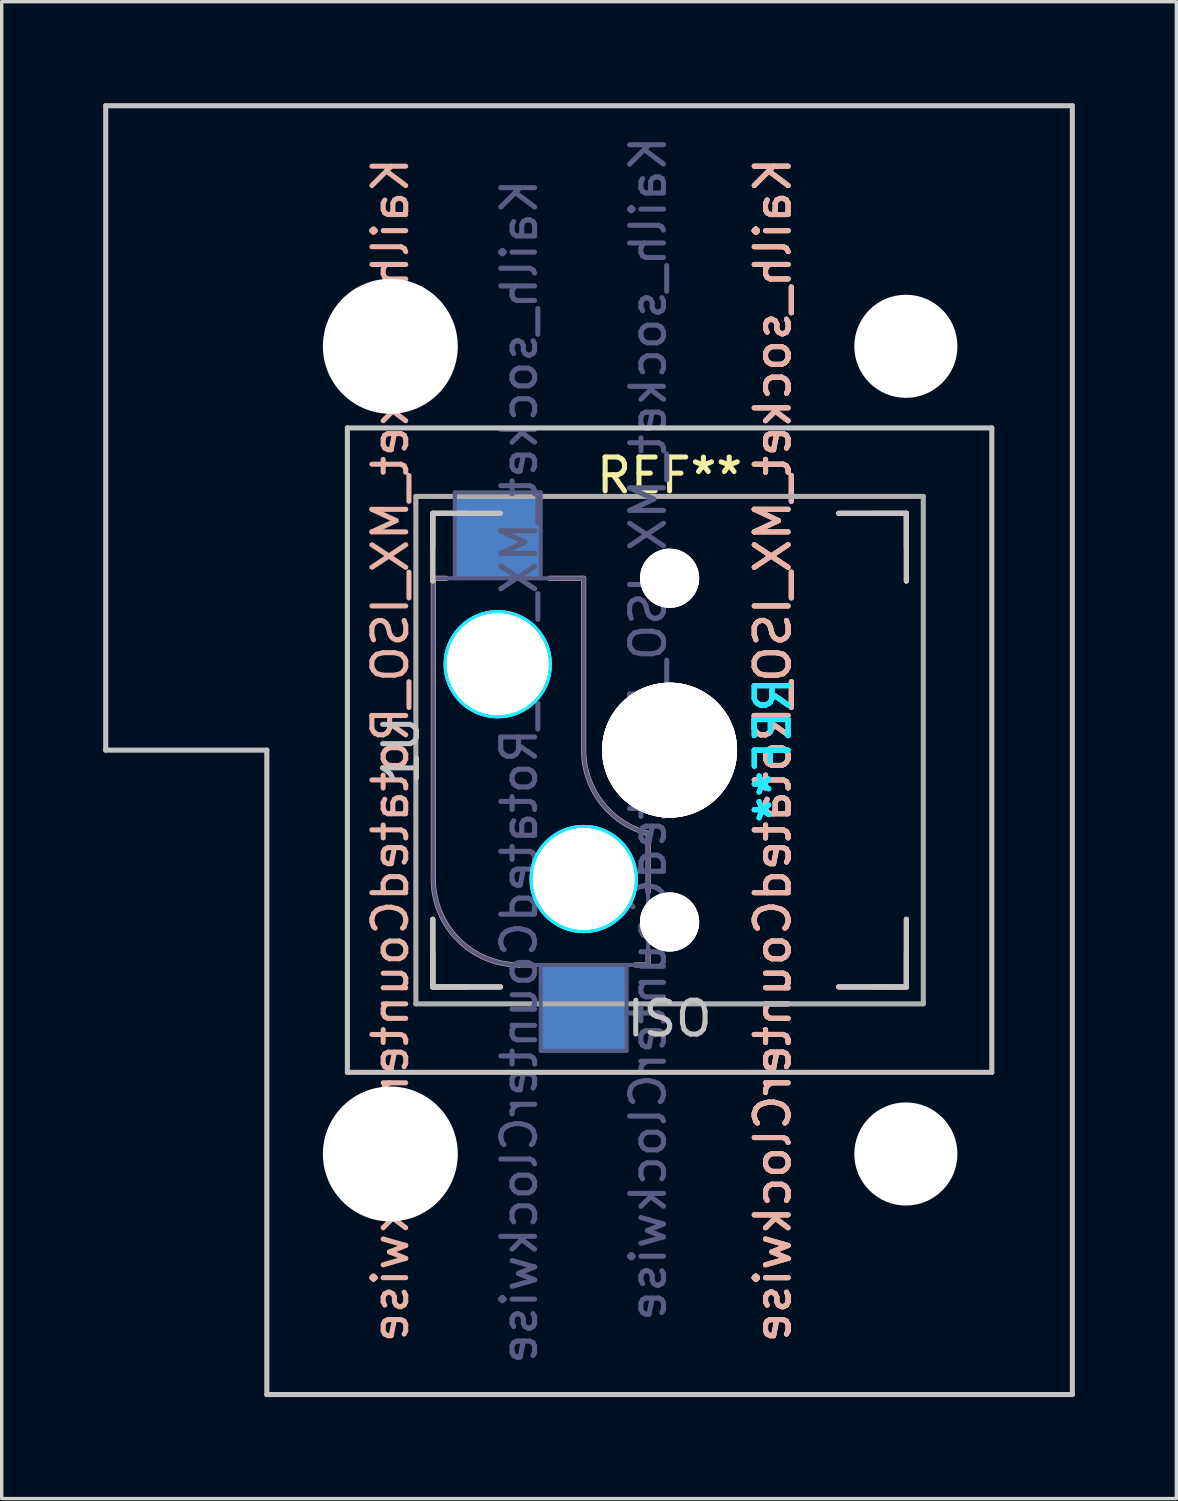
<source format=kicad_pcb>
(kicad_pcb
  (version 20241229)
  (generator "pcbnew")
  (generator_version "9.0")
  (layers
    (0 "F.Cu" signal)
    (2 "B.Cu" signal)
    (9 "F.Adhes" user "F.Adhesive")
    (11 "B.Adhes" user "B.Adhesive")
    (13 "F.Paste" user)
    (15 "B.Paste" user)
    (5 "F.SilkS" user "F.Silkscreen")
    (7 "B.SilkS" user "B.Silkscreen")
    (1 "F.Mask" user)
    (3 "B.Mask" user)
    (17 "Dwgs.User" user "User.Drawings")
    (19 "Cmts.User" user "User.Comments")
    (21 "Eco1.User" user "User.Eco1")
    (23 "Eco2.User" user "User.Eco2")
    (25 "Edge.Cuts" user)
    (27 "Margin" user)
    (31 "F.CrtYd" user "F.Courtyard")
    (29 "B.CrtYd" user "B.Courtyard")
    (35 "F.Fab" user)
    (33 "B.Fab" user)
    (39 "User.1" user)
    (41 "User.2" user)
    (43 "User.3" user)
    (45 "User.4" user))
  (footprint "Kailh_socket_MX_ISO_RotatedCounterClockwise"
    (layer "F.Cu")
    (at 16.744 19.125)
    (property "Reference" "Kailh_socket_MX_ISO_RotatedCounterClockwise" (at -8.255 0 90) (layer "B.SilkS") (effects (font (size 1 1) (thickness 0.15)) (justify mirror)))
    (property "Value" "Kailh_socket_MX_ISO_RotatedCounterClockwise" (at -8.255 0 270) (layer "F.Fab") (hide yes) (effects (font (size 1 1) (thickness 0.15))))
    (attr smd)
    (fp_line (start -7 -7) (end -7 -6) (stroke (width 0.15) (type solid)) (layer "F.SilkS"))
    (fp_line (start -7 -7) (end -6 -7) (stroke (width 0.15) (type solid)) (layer "F.SilkS"))
    (fp_line (start -7 6) (end -7 7) (stroke (width 0.15) (type solid)) (layer "F.SilkS"))
    (fp_line (start -6 7) (end -7 7) (stroke (width 0.15) (type solid)) (layer "F.SilkS"))
    (fp_line (start 6 -7) (end 7 -7) (stroke (width 0.15) (type solid)) (layer "F.SilkS"))
    (fp_line (start 7 -6) (end 7 -7) (stroke (width 0.15) (type solid)) (layer "F.SilkS"))
    (fp_line (start 7 7) (end 6 7) (stroke (width 0.15) (type solid)) (layer "F.SilkS"))
    (fp_line (start 7 7) (end 7 6) (stroke (width 0.15) (type solid)) (layer "F.SilkS"))
    (fp_line (start -6.985 -5.08) (end -6.604 -5.08) (stroke (width 0.15) (type solid)) (layer "B.SilkS"))
    (fp_line (start -6.985 3.81) (end -6.985 -5.08) (stroke (width 0.15) (type solid)) (layer "B.SilkS"))
    (fp_line (start -4.445 6.35) (end -4.064 6.35) (stroke (width 0.15) (type solid)) (layer "B.SilkS"))
    (fp_line (start -3.556 -5.08) (end -2.54 -5.08) (stroke (width 0.15) (type solid)) (layer "B.SilkS"))
    (fp_line (start -2.54 -5.08) (end -2.54 0) (stroke (width 0.15) (type solid)) (layer "B.SilkS"))
    (fp_line (start -1.016 6.35) (end -0.635 6.35) (stroke (width 0.15) (type solid)) (layer "B.SilkS"))
    (fp_line (start -0.635 2.464) (end -0.635 4.191) (stroke (width 0.15) (type solid)) (layer "B.SilkS"))
    (fp_line (start -0.635 5.969) (end -0.635 6.35) (stroke (width 0.15) (type solid)) (layer "B.SilkS"))
    (fp_arc (start -4.445 6.35) (mid -6.241051 5.606051) (end -6.985 3.81) (stroke (width 0.15) (type solid)) (layer "B.SilkS"))
    (fp_arc (start -0.61604 2.464162) (mid -2.002042 1.563147) (end -2.54 0) (stroke (width 0.15) (type solid)) (layer "B.SilkS"))
    (fp_line (start -16.669 -19.05) (end -16.669 0) (stroke (width 0.15) (type solid)) (layer "Dwgs.User"))
    (fp_line (start -16.669 -19.05) (end 11.906 -19.05) (stroke (width 0.15) (type solid)) (layer "Dwgs.User"))
    (fp_line (start -11.906 0) (end -16.669 0) (stroke (width 0.15) (type solid)) (layer "Dwgs.User"))
    (fp_line (start -11.906 19.05) (end -11.906 0) (stroke (width 0.15) (type solid)) (layer "Dwgs.User"))
    (fp_line (start -11.906 19.05) (end 11.906 19.05) (stroke (width 0.15) (type solid)) (layer "Dwgs.User"))
    (fp_line (start -9.525 -9.525) (end 9.525 -9.525) (stroke (width 0.15) (type solid)) (layer "Dwgs.User"))
    (fp_line (start -9.525 9.525) (end -9.525 -9.525) (stroke (width 0.15) (type solid)) (layer "Dwgs.User"))
    (fp_line (start -7 -7) (end -5 -7) (stroke (width 0.15) (type solid)) (layer "Dwgs.User"))
    (fp_line (start -7 -7) (end -5 -7) (stroke (width 0.15) (type solid)) (layer "Dwgs.User"))
    (fp_line (start -7 -5) (end -7 -7) (stroke (width 0.15) (type solid)) (layer "Dwgs.User"))
    (fp_line (start -7 -5) (end -7 -7) (stroke (width 0.15) (type solid)) (layer "Dwgs.User"))
    (fp_line (start -7 5) (end -7 7) (stroke (width 0.15) (type solid)) (layer "Dwgs.User"))
    (fp_line (start -7 5) (end -7 7) (stroke (width 0.15) (type solid)) (layer "Dwgs.User"))
    (fp_line (start -7 5) (end -7 7) (stroke (width 0.15) (type solid)) (layer "Dwgs.User"))
    (fp_line (start -7 7) (end -5 7) (stroke (width 0.15) (type solid)) (layer "Dwgs.User"))
    (fp_line (start -7 7) (end -5 7) (stroke (width 0.15) (type solid)) (layer "Dwgs.User"))
    (fp_line (start -7 7) (end -5 7) (stroke (width 0.15) (type solid)) (layer "Dwgs.User"))
    (fp_line (start 5 7) (end 7 7) (stroke (width 0.15) (type solid)) (layer "Dwgs.User"))
    (fp_line (start 5 7) (end 7 7) (stroke (width 0.15) (type solid)) (layer "Dwgs.User"))
    (fp_line (start 5 7) (end 7 7) (stroke (width 0.15) (type solid)) (layer "Dwgs.User"))
    (fp_line (start 7 -7) (end 5 -7) (stroke (width 0.15) (type solid)) (layer "Dwgs.User"))
    (fp_line (start 7 -7) (end 5 -7) (stroke (width 0.15) (type solid)) (layer "Dwgs.User"))
    (fp_line (start 7 -7) (end 5 -7) (stroke (width 0.15) (type solid)) (layer "Dwgs.User"))
    (fp_line (start 7 -5) (end 7 -7) (stroke (width 0.15) (type solid)) (layer "Dwgs.User"))
    (fp_line (start 7 -5) (end 7 -7) (stroke (width 0.15) (type solid)) (layer "Dwgs.User"))
    (fp_line (start 7 -5) (end 7 -7) (stroke (width 0.15) (type solid)) (layer "Dwgs.User"))
    (fp_line (start 7 7) (end 7 5) (stroke (width 0.15) (type solid)) (layer "Dwgs.User"))
    (fp_line (start 7 7) (end 7 5) (stroke (width 0.15) (type solid)) (layer "Dwgs.User"))
    (fp_line (start 7 7) (end 7 5) (stroke (width 0.15) (type solid)) (layer "Dwgs.User"))
    (fp_line (start 9.525 -9.525) (end 9.525 9.525) (stroke (width 0.15) (type solid)) (layer "Dwgs.User"))
    (fp_line (start 9.525 9.525) (end -9.525 9.525) (stroke (width 0.15) (type solid)) (layer "Dwgs.User"))
    (fp_line (start 11.906 -19.05) (end 11.906 19.05) (stroke (width 0.15) (type solid)) (layer "Dwgs.User"))
    (fp_line (start -6.9 -6.9) (end -6.9 6.9) (stroke (width 0.15) (type solid)) (layer "Eco2.User"))
    (fp_line (start -6.9 -6.9) (end 6.9 -6.9) (stroke (width 0.15) (type solid)) (layer "Eco2.User"))
    (fp_line (start 6.9 6.9) (end -6.9 6.9) (stroke (width 0.15) (type solid)) (layer "Eco2.User"))
    (fp_line (start 6.9 6.9) (end 6.9 -6.9) (stroke (width 0.15) (type solid)) (layer "Eco2.User"))
    (fp_circle (center -5.08 -2.54) (end -6.604 -2.54) (stroke (width 0.15) (type solid)) (fill no) (layer "B.CrtYd"))
    (fp_circle (center -5.08 -2.54) (end -6.604 -2.54) (stroke (width 0.15) (type solid)) (fill no) (layer "B.CrtYd"))
    (fp_circle (center -5.08 -2.54) (end -6.604 -2.54) (stroke (width 0.15) (type solid)) (fill no) (layer "B.CrtYd"))
    (fp_circle (center -2.54 3.81) (end -4.064 3.81) (stroke (width 0.15) (type solid)) (fill no) (layer "B.CrtYd"))
    (fp_circle (center -2.54 3.81) (end -4.064 3.81) (stroke (width 0.15) (type solid)) (fill no) (layer "B.CrtYd"))
    (fp_circle (center -2.54 3.81) (end -4.064 3.81) (stroke (width 0.15) (type solid)) (fill no) (layer "B.CrtYd"))
    (fp_line (start -6.985 -5.08) (end -2.54 -5.08) (stroke (width 0.12) (type solid)) (layer "B.Fab"))
    (fp_line (start -6.985 3.81) (end -6.985 -5.08) (stroke (width 0.12) (type solid)) (layer "B.Fab"))
    (fp_line (start -6.35 -7.62) (end -3.81 -7.62) (stroke (width 0.12) (type solid)) (layer "B.Fab"))
    (fp_line (start -6.35 -5.08) (end -6.35 -7.62) (stroke (width 0.12) (type solid)) (layer "B.Fab"))
    (fp_line (start -3.81 -7.62) (end -3.81 -5.08) (stroke (width 0.12) (type solid)) (layer "B.Fab"))
    (fp_line (start -3.81 8.89) (end -3.81 6.35) (stroke (width 0.12) (type solid)) (layer "B.Fab"))
    (fp_line (start -2.54 -5.08) (end -2.54 0) (stroke (width 0.12) (type solid)) (layer "B.Fab"))
    (fp_line (start -1.27 6.35) (end -1.27 8.89) (stroke (width 0.12) (type solid)) (layer "B.Fab"))
    (fp_line (start -1.27 8.89) (end -3.81 8.89) (stroke (width 0.12) (type solid)) (layer "B.Fab"))
    (fp_line (start -0.635 6.35) (end -4.445 6.35) (stroke (width 0.12) (type solid)) (layer "B.Fab"))
    (fp_line (start -0.635 6.35) (end -0.635 2.54) (stroke (width 0.12) (type solid)) (layer "B.Fab"))
    (fp_arc (start -4.445 6.35) (mid -6.241051 5.606051) (end -6.985 3.81) (stroke (width 0.12) (type solid)) (layer "B.Fab"))
    (fp_arc (start -0.61604 2.464162) (mid -2.002042 1.563147) (end -2.54 0) (stroke (width 0.12) (type solid)) (layer "B.Fab"))
    (fp_line (start -7.5 -7.5) (end 7.5 -7.5) (stroke (width 0.15) (type solid)) (layer "F.Fab"))
    (fp_line (start -7.5 7.5) (end -7.5 -7.5) (stroke (width 0.15) (type solid)) (layer "F.Fab"))
    (fp_line (start 7.5 -7.5) (end 7.5 7.5) (stroke (width 0.15) (type solid)) (layer "F.Fab"))
    (fp_line (start 7.5 7.5) (end -7.5 7.5) (stroke (width 0.15) (type solid)) (layer "F.Fab"))
    (fp_text user "REF**" (at 0 -8.12 180) (layer "F.SilkS") (effects (font (size 1 1) (thickness 0.15))))
    (fp_text user "${REFERENCE}" (at 3.048 0 90) (layer "B.SilkS") (effects (font (size 1 1) (thickness 0.15)) (justify mirror)))
    (fp_text user "${REFERENCE}" (at 3.048 0 90) (layer "B.SilkS") (effects (font (size 1 1) (thickness 0.15)) (justify mirror)))
    (fp_text user "${REFERENCE}" (at 3.048 0 90) (layer "B.SilkS") (effects (font (size 1 1) (thickness 0.15)) (justify mirror)))
    (fp_text user "ISO" (at 0 7.938 180) (layer "Dwgs.User") (effects (font (size 1 1) (thickness 0.15))))
    (fp_text user "1U" (at -7.938 0 90) (layer "Dwgs.User") (effects (font (size 1 1) (thickness 0.15))))
    (fp_text user "REF**" (at 3.048 0 90) (layer "B.CrtYd") (effects (font (size 1 1) (thickness 0.15)) (justify mirror)))
    (fp_text user "REF**" (at 3.048 0 90) (layer "B.CrtYd") (effects (font (size 1 1) (thickness 0.15)) (justify mirror)))
    (fp_text user "REF**" (at 3.048 0 90) (layer "B.CrtYd") (effects (font (size 1 1) (thickness 0.15)) (justify mirror)))
    (fp_text user "${VALUE}" (at -0.635 -0.635 270) (layer "B.Fab") (effects (font (size 1 1) (thickness 0.15)) (justify mirror)))
    (fp_text user "${REFERENCE}" (at -4.445 0.635 90) (layer "B.Fab") (effects (font (size 1 1) (thickness 0.15)) (justify mirror)))
    (pad "" np_thru_hole circle (at -8.255 -11.938) (size 3.988 3.988) (drill 3.988) (layers "*.Cu" "*.Mask"))
    (pad "" np_thru_hole circle (at -8.255 11.938) (size 3.988 3.988) (drill 3.988) (layers "*.Cu" "*.Mask"))
    (pad "" np_thru_hole circle (at -5.08 -2.54 90) (size 3 3) (drill 3) (layers "*.Cu" "*.Mask"))
    (pad "" np_thru_hole circle (at -5.08 -2.54 90) (size 3 3) (drill 3) (layers "*.Cu" "*.Mask"))
    (pad "" np_thru_hole circle (at -5.08 -2.54 90) (size 3 3) (drill 3) (layers "*.Cu" "*.Mask"))
    (pad "" np_thru_hole circle (at -2.54 3.81 90) (size 3 3) (drill 3) (layers "*.Cu" "*.Mask"))
    (pad "" np_thru_hole circle (at -2.54 3.81 90) (size 3 3) (drill 3) (layers "*.Cu" "*.Mask"))
    (pad "" np_thru_hole circle (at -2.54 3.81 90) (size 3 3) (drill 3) (layers "*.Cu" "*.Mask"))
    (pad "" np_thru_hole circle (at 0 -5.08 90) (size 1.702 1.702) (drill 1.702) (layers "*.Cu" "*.Mask"))
    (pad "" np_thru_hole circle (at 0 -5.08 138.1) (size 1.75 1.75) (drill 1.75) (layers "*.Cu" "*.Mask"))
    (pad "" np_thru_hole circle (at 0 -5.08 138.1) (size 1.75 1.75) (drill 1.75) (layers "*.Cu" "*.Mask"))
    (pad "" np_thru_hole circle (at 0 0 90) (size 3.988 3.988) (drill 3.988) (layers "*.Cu" "*.Mask"))
    (pad "" np_thru_hole circle (at 0 0 90) (size 3.988 3.988) (drill 3.988) (layers "*.Cu" "*.Mask"))
    (pad "" np_thru_hole circle (at 0 0 90) (size 3.988 3.988) (drill 3.988) (layers "*.Cu" "*.Mask"))
    (pad "" np_thru_hole circle (at 0 0 90) (size 3.988 3.988) (drill 3.988) (layers "*.Cu" "*.Mask"))
    (pad "" np_thru_hole circle (at 0 5.08 90) (size 1.702 1.702) (drill 1.702) (layers "*.Cu" "*.Mask"))
    (pad "" np_thru_hole circle (at 0 5.08 138.1) (size 1.75 1.75) (drill 1.75) (layers "*.Cu" "*.Mask"))
    (pad "" np_thru_hole circle (at 0 5.08 138.1) (size 1.75 1.75) (drill 1.75) (layers "*.Cu" "*.Mask"))
    (pad "" np_thru_hole circle (at 6.985 -11.938) (size 3.048 3.048) (drill 3.048) (layers "*.Cu" "*.Mask"))
    (pad "" np_thru_hole circle (at 6.985 11.938) (size 3.048 3.048) (drill 3.048) (layers "*.Cu" "*.Mask"))
    (pad "1" smd rect (at -2.54 7.62 90) (size 2.55 2.5) (layers "B.Cu" "B.Mask" "B.Paste"))
    (pad "2" smd rect (at -5.08 -6.35 90) (size 2.55 2.5) (layers "B.Cu" "B.Mask" "B.Paste")))
  (gr_rect
    (start -3 -3)
    (end 31.725 41.25)
    (stroke (width 0.1) (type default))
    (fill no)
    (layer "Edge.Cuts")))
</source>
